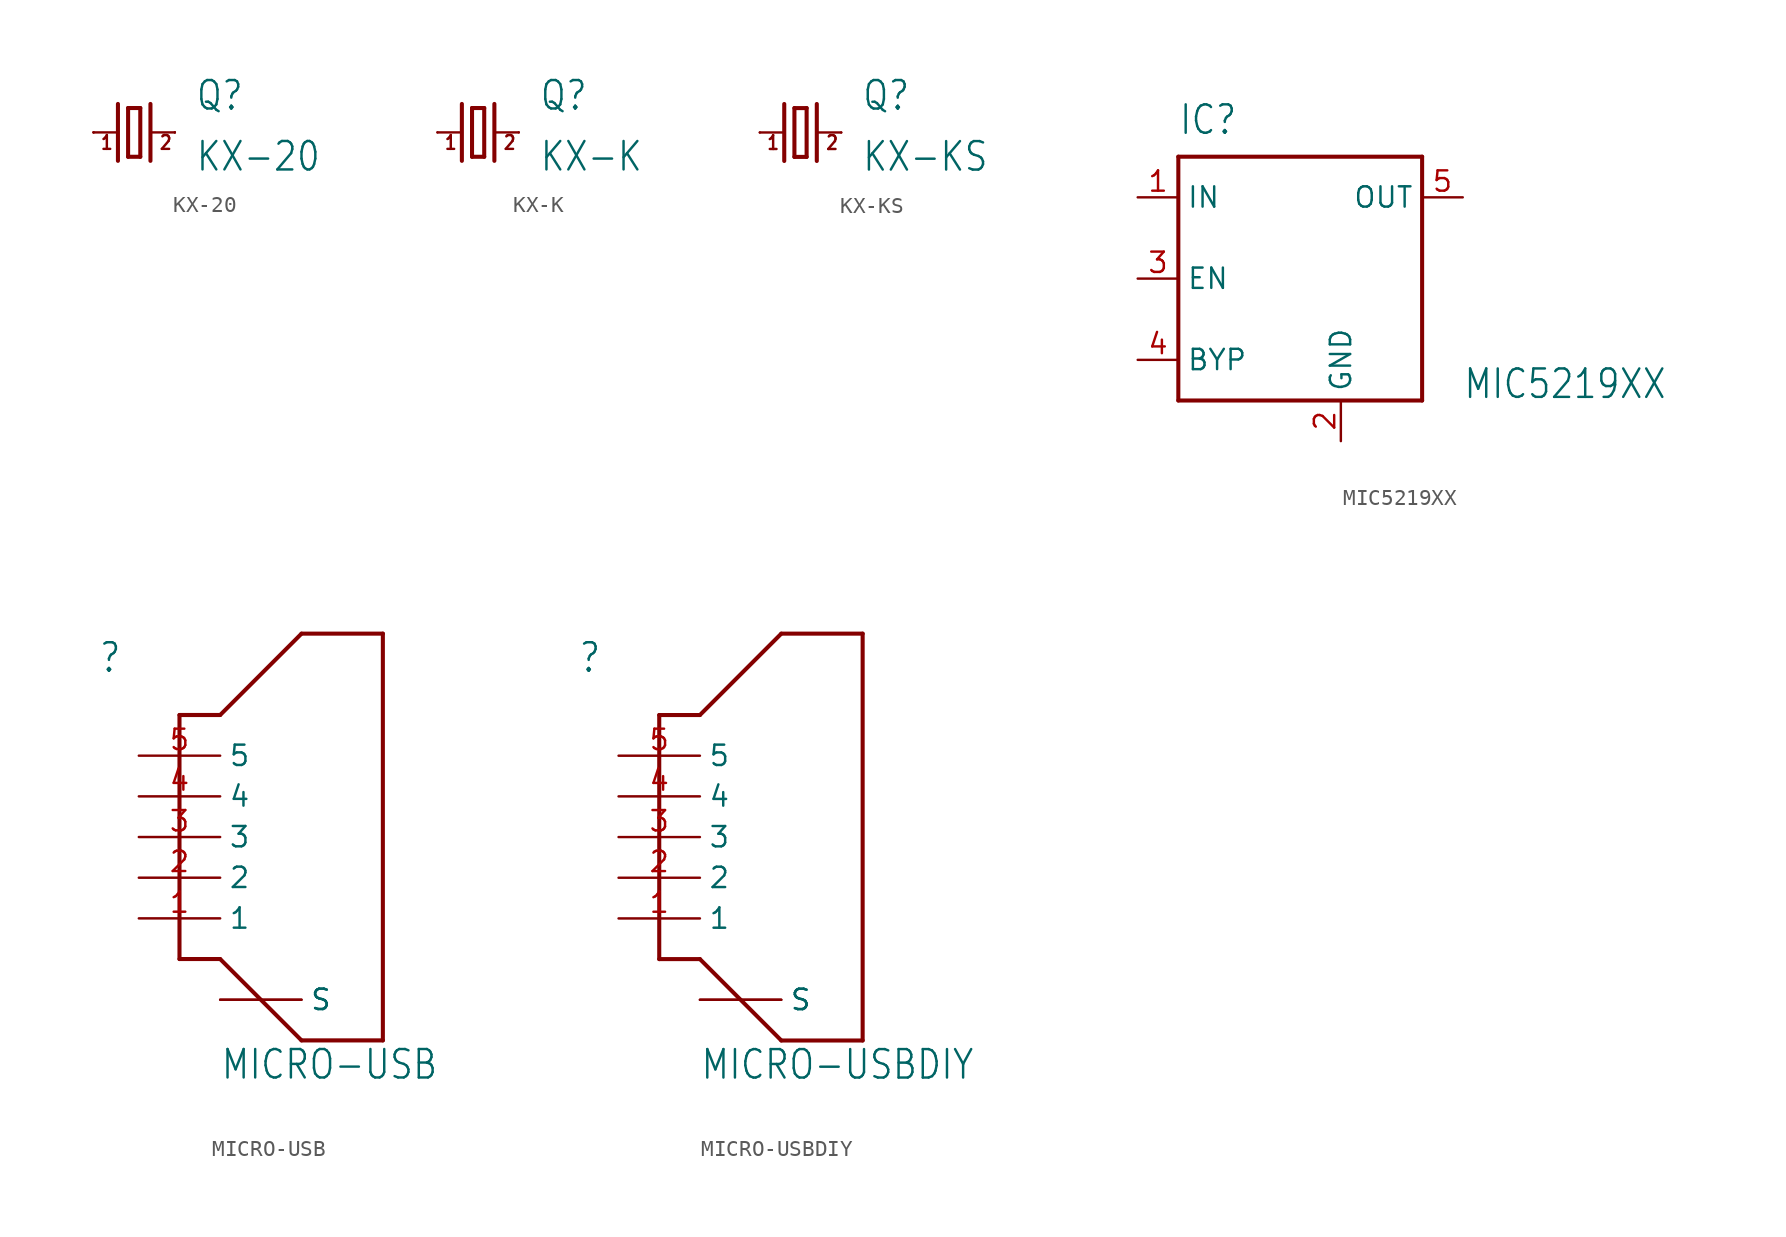
<source format=kicad_sym>
(kicad_symbol_lib
  (version 20211014)
  (generator kicad_symbol_editor)
  (symbol "KX-20"
    (property "Reference" "Q"
      (at 3.81 1.27 0)
      (effects (font (size 1.778 1.511)) (justify left bottom)))
    (property "Value" "KX-20"
      (at 3.81 -2.54 0)
      (effects (font (size 1.778 1.511)) (justify left bottom)))
    (property "ki_locked" ""
      (at 0 0 0)
      (effects (font (size 1.27 1.27))))
    (symbol "KX-20_1_0"
      (polyline (pts (xy -2.54 0) (xy -1.016 0)) (stroke (width 0.152) (type default) (color 0 0 0 0)) (fill (type none)))
      (polyline (pts (xy -1.016 1.778) (xy -1.016 -1.778)) (stroke (width 0.254) (type default) (color 0 0 0 0)) (fill (type none)))
      (polyline (pts (xy -0.381 -1.524) (xy 0.381 -1.524)) (stroke (width 0.254) (type default) (color 0 0 0 0)) (fill (type none)))
      (polyline (pts (xy -0.381 1.524) (xy -0.381 -1.524)) (stroke (width 0.254) (type default) (color 0 0 0 0)) (fill (type none)))
      (polyline (pts (xy 0.381 -1.524) (xy 0.381 1.524)) (stroke (width 0.254) (type default) (color 0 0 0 0)) (fill (type none)))
      (polyline (pts (xy 0.381 1.524) (xy -0.381 1.524)) (stroke (width 0.254) (type default) (color 0 0 0 0)) (fill (type none)))
      (polyline (pts (xy 1.016 0) (xy 2.54 0)) (stroke (width 0.152) (type default) (color 0 0 0 0)) (fill (type none)))
      (polyline (pts (xy 1.016 1.778) (xy 1.016 -1.778)) (stroke (width 0.254) (type default) (color 0 0 0 0)) (fill (type none)))
      (text "1" (at -2.159 -1.143 0) (effects (font (size 0.864 0.734)) (justify left bottom)))
      (text "2" (at 1.524 -1.143 0) (effects (font (size 0.864 0.734)) (justify left bottom)))
      (pin passive line (at -2.54 0 0) (length 0) (name "1" (effects (font (size 0 0)))) (number "1" (effects (font (size 0 0)))))
      (pin passive line (at 2.54 0 180) (length 0) (name "2" (effects (font (size 0 0)))) (number "2" (effects (font (size 0 0)))))
      (pin passive line (at 2.54 0 180) (length 0) (name "2" (effects (font (size 0 0)))) (number "3" (effects (font (size 0 0)))))
      (pin passive line (at -2.54 0 0) (length 0) (name "1" (effects (font (size 0 0)))) (number "4" (effects (font (size 0 0)))))))
  (symbol "KX-K"
    (property "Reference" "Q"
      (at 3.81 1.27 0)
      (effects (font (size 1.778 1.511)) (justify left bottom)))
    (property "Value" "KX-K"
      (at 3.81 -2.54 0)
      (effects (font (size 1.778 1.511)) (justify left bottom)))
    (property "ki_locked" ""
      (at 0 0 0)
      (effects (font (size 1.27 1.27))))
    (symbol "KX-K_1_0"
      (polyline (pts (xy -2.54 0) (xy -1.016 0)) (stroke (width 0.152) (type default) (color 0 0 0 0)) (fill (type none)))
      (polyline (pts (xy -1.016 1.778) (xy -1.016 -1.778)) (stroke (width 0.254) (type default) (color 0 0 0 0)) (fill (type none)))
      (polyline (pts (xy -0.381 -1.524) (xy 0.381 -1.524)) (stroke (width 0.254) (type default) (color 0 0 0 0)) (fill (type none)))
      (polyline (pts (xy -0.381 1.524) (xy -0.381 -1.524)) (stroke (width 0.254) (type default) (color 0 0 0 0)) (fill (type none)))
      (polyline (pts (xy 0.381 -1.524) (xy 0.381 1.524)) (stroke (width 0.254) (type default) (color 0 0 0 0)) (fill (type none)))
      (polyline (pts (xy 0.381 1.524) (xy -0.381 1.524)) (stroke (width 0.254) (type default) (color 0 0 0 0)) (fill (type none)))
      (polyline (pts (xy 1.016 0) (xy 2.54 0)) (stroke (width 0.152) (type default) (color 0 0 0 0)) (fill (type none)))
      (polyline (pts (xy 1.016 1.778) (xy 1.016 -1.778)) (stroke (width 0.254) (type default) (color 0 0 0 0)) (fill (type none)))
      (text "1" (at -2.159 -1.143 0) (effects (font (size 0.864 0.734)) (justify left bottom)))
      (text "2" (at 1.524 -1.143 0) (effects (font (size 0.864 0.734)) (justify left bottom)))
      (pin passive line (at -2.54 0 0) (length 0) (name "1" (effects (font (size 0 0)))) (number "1" (effects (font (size 0 0)))))
      (pin passive line (at 2.54 0 180) (length 0) (name "2" (effects (font (size 0 0)))) (number "2" (effects (font (size 0 0)))))))
  (symbol "KX-KS"
    (property "Reference" "Q"
      (at 3.81 1.27 0)
      (effects (font (size 1.778 1.511)) (justify left bottom)))
    (property "Value" "KX-KS"
      (at 3.81 -2.54 0)
      (effects (font (size 1.778 1.511)) (justify left bottom)))
    (property "ki_locked" ""
      (at 0 0 0)
      (effects (font (size 1.27 1.27))))
    (symbol "KX-KS_1_0"
      (polyline (pts (xy -2.54 0) (xy -1.016 0)) (stroke (width 0.152) (type default) (color 0 0 0 0)) (fill (type none)))
      (polyline (pts (xy -1.016 1.778) (xy -1.016 -1.778)) (stroke (width 0.254) (type default) (color 0 0 0 0)) (fill (type none)))
      (polyline (pts (xy -0.381 -1.524) (xy 0.381 -1.524)) (stroke (width 0.254) (type default) (color 0 0 0 0)) (fill (type none)))
      (polyline (pts (xy -0.381 1.524) (xy -0.381 -1.524)) (stroke (width 0.254) (type default) (color 0 0 0 0)) (fill (type none)))
      (polyline (pts (xy 0.381 -1.524) (xy 0.381 1.524)) (stroke (width 0.254) (type default) (color 0 0 0 0)) (fill (type none)))
      (polyline (pts (xy 0.381 1.524) (xy -0.381 1.524)) (stroke (width 0.254) (type default) (color 0 0 0 0)) (fill (type none)))
      (polyline (pts (xy 1.016 0) (xy 2.54 0)) (stroke (width 0.152) (type default) (color 0 0 0 0)) (fill (type none)))
      (polyline (pts (xy 1.016 1.778) (xy 1.016 -1.778)) (stroke (width 0.254) (type default) (color 0 0 0 0)) (fill (type none)))
      (text "1" (at -2.159 -1.143 0) (effects (font (size 0.864 0.734)) (justify left bottom)))
      (text "2" (at 1.524 -1.143 0) (effects (font (size 0.864 0.734)) (justify left bottom)))
      (pin passive line (at -2.54 0 0) (length 0) (name "1" (effects (font (size 0 0)))) (number "1" (effects (font (size 0 0)))))
      (pin passive line (at 2.54 0 180) (length 0) (name "2" (effects (font (size 0 0)))) (number "2" (effects (font (size 0 0)))))))
  (symbol "MIC5219XX"
    (property "Reference" "IC"
      (at -7.62 8.89 0)
      (effects (font (size 1.778 1.511)) (justify left bottom)))
    (property "Value" "MIC5219XX"
      (at 10.16 -7.62 0)
      (effects (font (size 1.778 1.511)) (justify left bottom)))
    (property "ki_locked" ""
      (at 0 0 0)
      (effects (font (size 1.27 1.27))))
    (symbol "MIC5219XX_1_0"
      (polyline (pts (xy -7.62 -7.62) (xy -7.62 7.62)) (stroke (width 0.254) (type default) (color 0 0 0 0)) (fill (type none)))
      (polyline (pts (xy -7.62 7.62) (xy 7.62 7.62)) (stroke (width 0.254) (type default) (color 0 0 0 0)) (fill (type none)))
      (polyline (pts (xy 7.62 -7.62) (xy -7.62 -7.62)) (stroke (width 0.254) (type default) (color 0 0 0 0)) (fill (type none)))
      (polyline (pts (xy 7.62 7.62) (xy 7.62 -7.62)) (stroke (width 0.254) (type default) (color 0 0 0 0)) (fill (type none)))
      (pin input line (at -10.16 5.08 0) (length 2.54) (name "IN" (effects (font (size 1.27 1.27)))) (number "1" (effects (font (size 1.27 1.27)))))
      (pin power_in line (at 2.54 -10.16 90) (length 2.54) (name "GND" (effects (font (size 1.27 1.27)))) (number "2" (effects (font (size 1.27 1.27)))))
      (pin input line (at -10.16 0 0) (length 2.54) (name "EN" (effects (font (size 1.27 1.27)))) (number "3" (effects (font (size 1.27 1.27)))))
      (pin passive line (at -10.16 -5.08 0) (length 2.54) (name "BYP" (effects (font (size 1.27 1.27)))) (number "4" (effects (font (size 1.27 1.27)))))
      (pin output line (at 10.16 5.08 180) (length 2.54) (name "OUT" (effects (font (size 1.27 1.27)))) (number "5" (effects (font (size 1.27 1.27)))))))
  (symbol "MICRO-USB"
    (property "Reference" ""
      (at -7.62 10.16 0)
      (effects (font (size 1.778 1.511)) (justify left bottom)))
    (property "Value" "MICRO-USB"
      (at 0 -15.24 0)
      (effects (font (size 1.778 1.511)) (justify left bottom)))
    (property "ki_locked" ""
      (at 0 0 0)
      (effects (font (size 1.27 1.27))))
    (symbol "MICRO-USB_1_0"
      (polyline (pts (xy -2.54 -7.62) (xy -2.54 7.62)) (stroke (width 0.254) (type default) (color 0 0 0 0)) (fill (type none)))
      (polyline (pts (xy -2.54 7.62) (xy 0 7.62)) (stroke (width 0.254) (type default) (color 0 0 0 0)) (fill (type none)))
      (polyline (pts (xy 0 -7.62) (xy -2.54 -7.62)) (stroke (width 0.254) (type default) (color 0 0 0 0)) (fill (type none)))
      (polyline (pts (xy 0 7.62) (xy 5.08 12.7)) (stroke (width 0.254) (type default) (color 0 0 0 0)) (fill (type none)))
      (polyline (pts (xy 5.08 -12.7) (xy 0 -7.62)) (stroke (width 0.254) (type default) (color 0 0 0 0)) (fill (type none)))
      (polyline (pts (xy 5.08 12.7) (xy 10.16 12.7)) (stroke (width 0.254) (type default) (color 0 0 0 0)) (fill (type none)))
      (polyline (pts (xy 10.16 -12.7) (xy 5.08 -12.7)) (stroke (width 0.254) (type default) (color 0 0 0 0)) (fill (type none)))
      (polyline (pts (xy 10.16 12.7) (xy 10.16 -12.7)) (stroke (width 0.254) (type default) (color 0 0 0 0)) (fill (type none)))
      (pin bidirectional line (at -5.08 -5.08 0) (length 5.08) (name "1" (effects (font (size 1.27 1.27)))) (number "1" (effects (font (size 1.27 1.27)))))
      (pin bidirectional line (at -5.08 -2.54 0) (length 5.08) (name "2" (effects (font (size 1.27 1.27)))) (number "2" (effects (font (size 1.27 1.27)))))
      (pin bidirectional line (at -5.08 0 0) (length 5.08) (name "3" (effects (font (size 1.27 1.27)))) (number "3" (effects (font (size 1.27 1.27)))))
      (pin bidirectional line (at -5.08 2.54 0) (length 5.08) (name "4" (effects (font (size 1.27 1.27)))) (number "4" (effects (font (size 1.27 1.27)))))
      (pin bidirectional line (at -5.08 5.08 0) (length 5.08) (name "5" (effects (font (size 1.27 1.27)))) (number "5" (effects (font (size 1.27 1.27)))))
      (pin bidirectional line (at 0 -10.16 0) (length 5.08) (name "S" (effects (font (size 1.27 1.27)))) (number "6" (effects (font (size 0 0)))))
      (pin bidirectional line (at 0 -10.16 0) (length 5.08) (name "S" (effects (font (size 1.27 1.27)))) (number "7" (effects (font (size 0 0)))))))
  (symbol "MICRO-USBDIY"
    (property "Reference" ""
      (at -7.62 10.16 0)
      (effects (font (size 1.778 1.511)) (justify left bottom)))
    (property "Value" "MICRO-USBDIY"
      (at 0 -15.24 0)
      (effects (font (size 1.778 1.511)) (justify left bottom)))
    (property "ki_locked" ""
      (at 0 0 0)
      (effects (font (size 1.27 1.27))))
    (symbol "MICRO-USBDIY_1_0"
      (polyline (pts (xy -2.54 -7.62) (xy -2.54 7.62)) (stroke (width 0.254) (type default) (color 0 0 0 0)) (fill (type none)))
      (polyline (pts (xy -2.54 7.62) (xy 0 7.62)) (stroke (width 0.254) (type default) (color 0 0 0 0)) (fill (type none)))
      (polyline (pts (xy 0 -7.62) (xy -2.54 -7.62)) (stroke (width 0.254) (type default) (color 0 0 0 0)) (fill (type none)))
      (polyline (pts (xy 0 7.62) (xy 5.08 12.7)) (stroke (width 0.254) (type default) (color 0 0 0 0)) (fill (type none)))
      (polyline (pts (xy 5.08 -12.7) (xy 0 -7.62)) (stroke (width 0.254) (type default) (color 0 0 0 0)) (fill (type none)))
      (polyline (pts (xy 5.08 12.7) (xy 10.16 12.7)) (stroke (width 0.254) (type default) (color 0 0 0 0)) (fill (type none)))
      (polyline (pts (xy 10.16 -12.7) (xy 5.08 -12.7)) (stroke (width 0.254) (type default) (color 0 0 0 0)) (fill (type none)))
      (polyline (pts (xy 10.16 12.7) (xy 10.16 -12.7)) (stroke (width 0.254) (type default) (color 0 0 0 0)) (fill (type none)))
      (pin bidirectional line (at -5.08 -5.08 0) (length 5.08) (name "1" (effects (font (size 1.27 1.27)))) (number "1" (effects (font (size 1.27 1.27)))))
      (pin bidirectional line (at -5.08 -2.54 0) (length 5.08) (name "2" (effects (font (size 1.27 1.27)))) (number "2" (effects (font (size 1.27 1.27)))))
      (pin bidirectional line (at -5.08 0 0) (length 5.08) (name "3" (effects (font (size 1.27 1.27)))) (number "3" (effects (font (size 1.27 1.27)))))
      (pin bidirectional line (at -5.08 2.54 0) (length 5.08) (name "4" (effects (font (size 1.27 1.27)))) (number "4" (effects (font (size 1.27 1.27)))))
      (pin bidirectional line (at -5.08 5.08 0) (length 5.08) (name "5" (effects (font (size 1.27 1.27)))) (number "5" (effects (font (size 1.27 1.27)))))
      (pin bidirectional line (at 0 -10.16 0) (length 5.08) (name "S" (effects (font (size 1.27 1.27)))) (number "6" (effects (font (size 0 0)))))
      (pin bidirectional line (at 0 -10.16 0) (length 5.08) (name "S" (effects (font (size 1.27 1.27)))) (number "7" (effects (font (size 0 0))))))))
</source>
